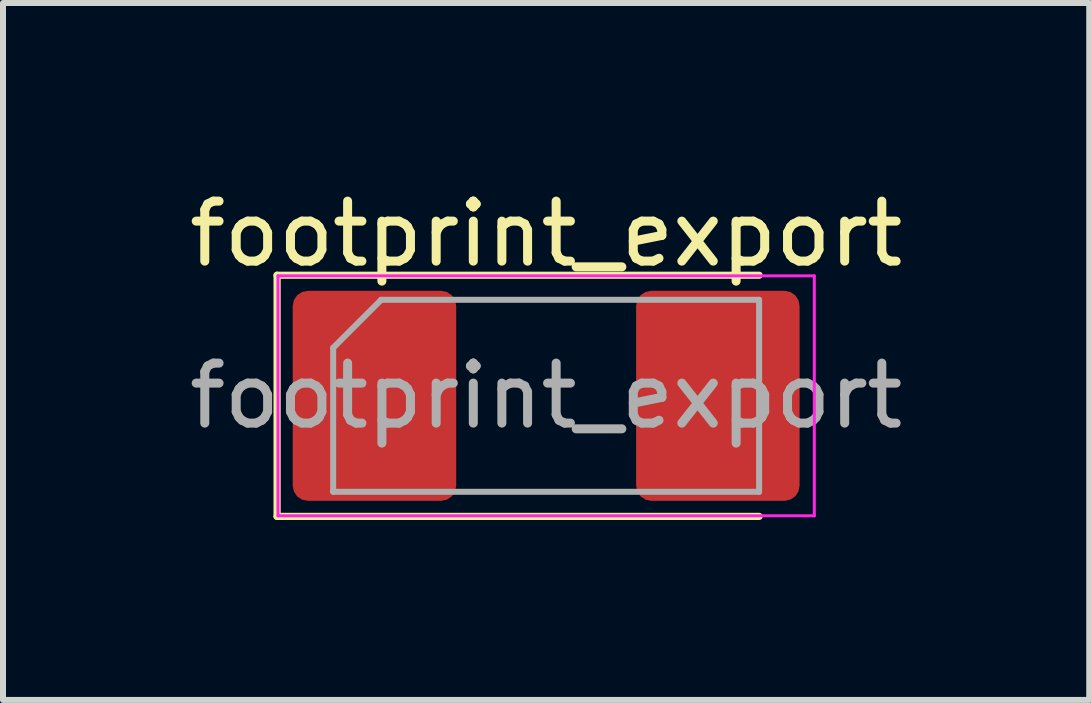
<source format=kicad_pcb>
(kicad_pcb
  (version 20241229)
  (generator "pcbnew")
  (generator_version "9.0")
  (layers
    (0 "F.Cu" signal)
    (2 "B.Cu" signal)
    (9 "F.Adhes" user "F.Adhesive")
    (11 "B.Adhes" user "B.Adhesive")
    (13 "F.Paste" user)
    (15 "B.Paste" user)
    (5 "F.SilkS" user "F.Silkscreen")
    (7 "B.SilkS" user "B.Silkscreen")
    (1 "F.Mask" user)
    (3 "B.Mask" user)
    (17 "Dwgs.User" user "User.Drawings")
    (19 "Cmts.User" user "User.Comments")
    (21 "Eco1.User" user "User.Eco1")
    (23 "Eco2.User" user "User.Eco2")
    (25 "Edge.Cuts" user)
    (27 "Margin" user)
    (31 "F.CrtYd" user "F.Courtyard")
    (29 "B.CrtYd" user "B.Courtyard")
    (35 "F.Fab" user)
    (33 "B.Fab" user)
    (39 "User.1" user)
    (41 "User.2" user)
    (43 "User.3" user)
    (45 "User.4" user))
  (footprint "footprint_export"
    (layer "F.Cu")
    (at 6.054 3.548)
    (property "Reference" "footprint_export" (at 0 -2.7 0) (layer "F.SilkS") (effects (font (size 1 1) (thickness 0.15))))
    (attr smd)
    (fp_line (start -4.485 -2.01) (end -4.485 2.01) (stroke (width 0.12) (type solid)) (layer "F.SilkS"))
    (fp_line (start -4.485 2.01) (end 3.55 2.01) (stroke (width 0.12) (type solid)) (layer "F.SilkS"))
    (fp_line (start 3.55 -2.01) (end -4.485 -2.01) (stroke (width 0.12) (type solid)) (layer "F.SilkS"))
    (fp_line (start -4.47 -2) (end 4.47 -2) (stroke (width 0.05) (type solid)) (layer "F.CrtYd"))
    (fp_line (start -4.47 2) (end -4.47 -2) (stroke (width 0.05) (type solid)) (layer "F.CrtYd"))
    (fp_line (start 4.47 -2) (end 4.47 2) (stroke (width 0.05) (type solid)) (layer "F.CrtYd"))
    (fp_line (start 4.47 2) (end -4.47 2) (stroke (width 0.05) (type solid)) (layer "F.CrtYd"))
    (fp_line (start -3.55 -0.8) (end -3.55 1.6) (stroke (width 0.1) (type solid)) (layer "F.Fab"))
    (fp_line (start -3.55 1.6) (end 3.55 1.6) (stroke (width 0.1) (type solid)) (layer "F.Fab"))
    (fp_line (start -2.75 -1.6) (end -3.55 -0.8) (stroke (width 0.1) (type solid)) (layer "F.Fab"))
    (fp_line (start 3.55 -1.6) (end -2.75 -1.6) (stroke (width 0.1) (type solid)) (layer "F.Fab"))
    (fp_line (start 3.55 1.6) (end 3.55 -1.6) (stroke (width 0.1) (type solid)) (layer "F.Fab"))
    (fp_text user "${REFERENCE}" (at 0 0 0) (layer "F.Fab") (effects (font (size 1 1) (thickness 0.15))))
    (pad "1" smd roundrect (at -2.862 0) (size 2.725 3.5) (layers "F.Cu" "F.Mask" "F.Paste") (roundrect_rratio 0.092))
    (pad "2" smd roundrect (at 2.862 0) (size 2.725 3.5) (layers "F.Cu" "F.Mask" "F.Paste") (roundrect_rratio 0.092)))
  (gr_rect
    (start -3 -3)
    (end 15.107 8.618)
    (stroke (width 0.1) (type default))
    (fill no)
    (layer "Edge.Cuts")))
</source>
